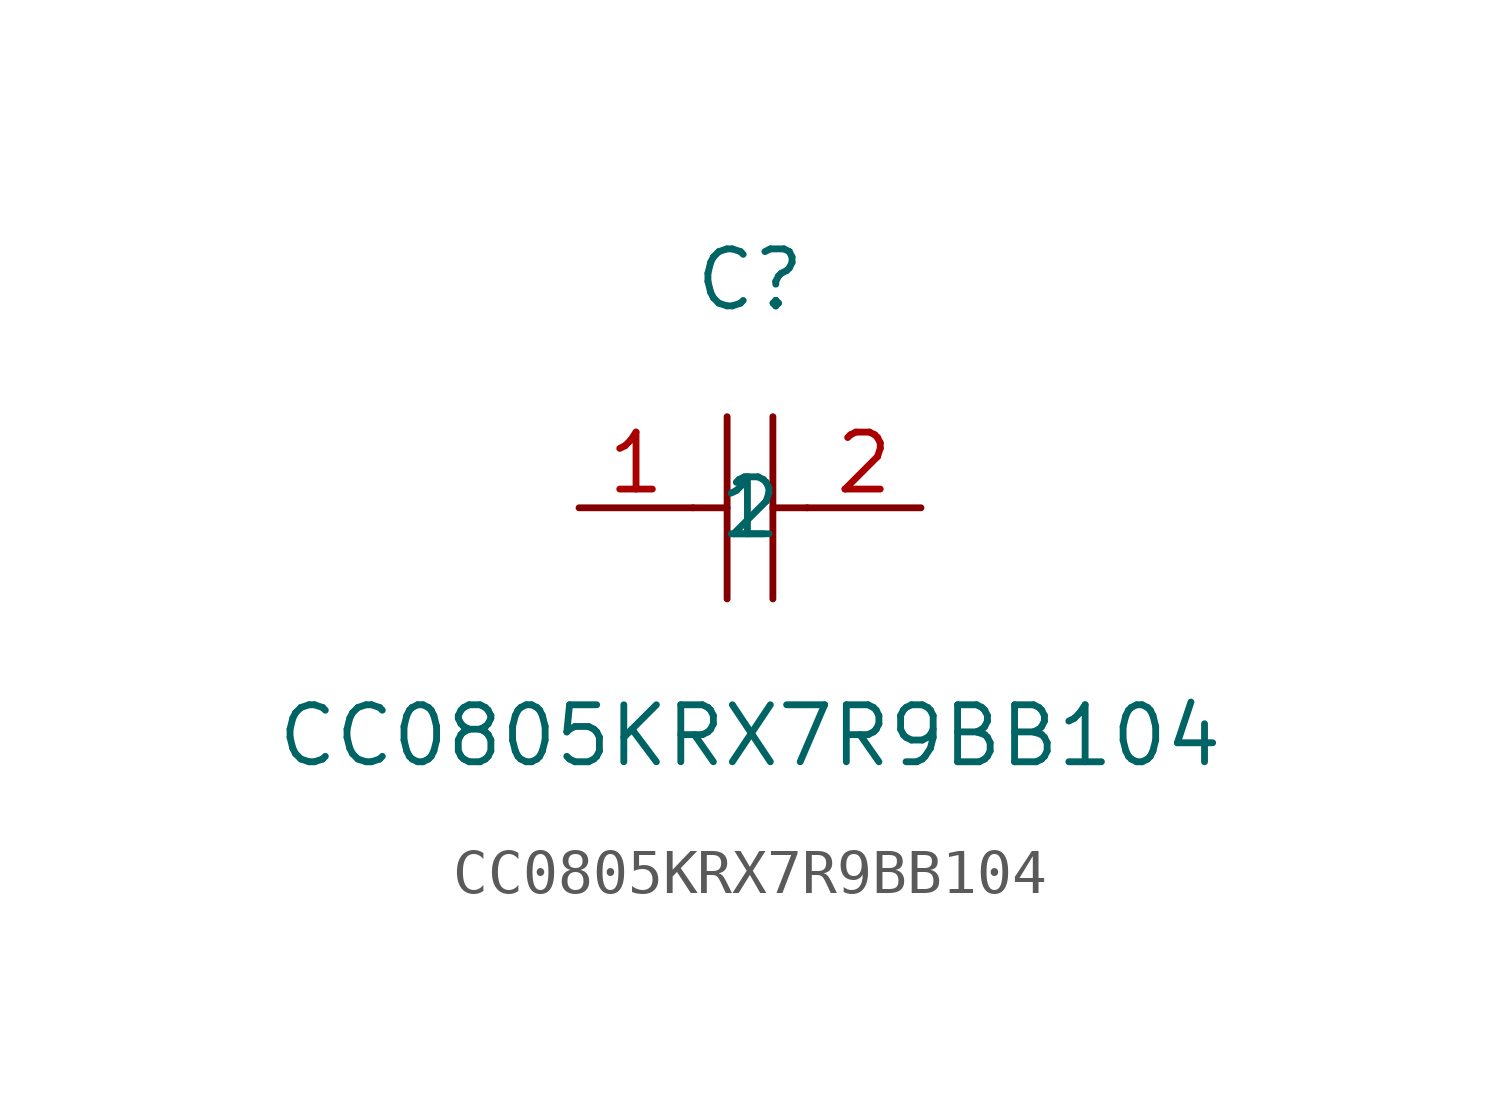
<source format=kicad_sym>
(kicad_symbol_lib
  (version 20211014)
  (generator https://github.com/uPesy/easyeda2kicad.py)
  (symbol "CC0805KRX7R9BB104"
    (property "Reference" "C"
      (at 0 5.08 0)
      (effects (font (size 1.27 1.27))))
    (property "Value" "CC0805KRX7R9BB104"
      (at 0 -5.08 0)
      (effects (font (size 1.27 1.27))))
    (symbol "CC0805KRX7R9BB104_0_1"
      (polyline (pts (xy -0.51 2.03) (xy -0.51 -2.03)) (stroke (width 0) (type default) (color 0 0 0 0)) (fill (type none)))
      (polyline (pts (xy 0.51 2.03) (xy 0.51 -2.03)) (stroke (width 0) (type default) (color 0 0 0 0)) (fill (type none)))
      (polyline (pts (xy -1.27 -0.00) (xy -0.51 -0.00)) (stroke (width 0) (type default) (color 0 0 0 0)) (fill (type none)))
      (polyline (pts (xy 0.51 -0.00) (xy 1.27 -0.00)) (stroke (width 0) (type default) (color 0 0 0 0)) (fill (type none)))
      (pin input line (at -3.81 -0.00 0) (length 2.54) (name "1" (effects (font (size 1.27 1.27)))) (number "1" (effects (font (size 1.27 1.27)))))
      (pin input line (at 3.81 -0.00 180) (length 2.54) (name "2" (effects (font (size 1.27 1.27)))) (number "2" (effects (font (size 1.27 1.27))))))))
</source>
